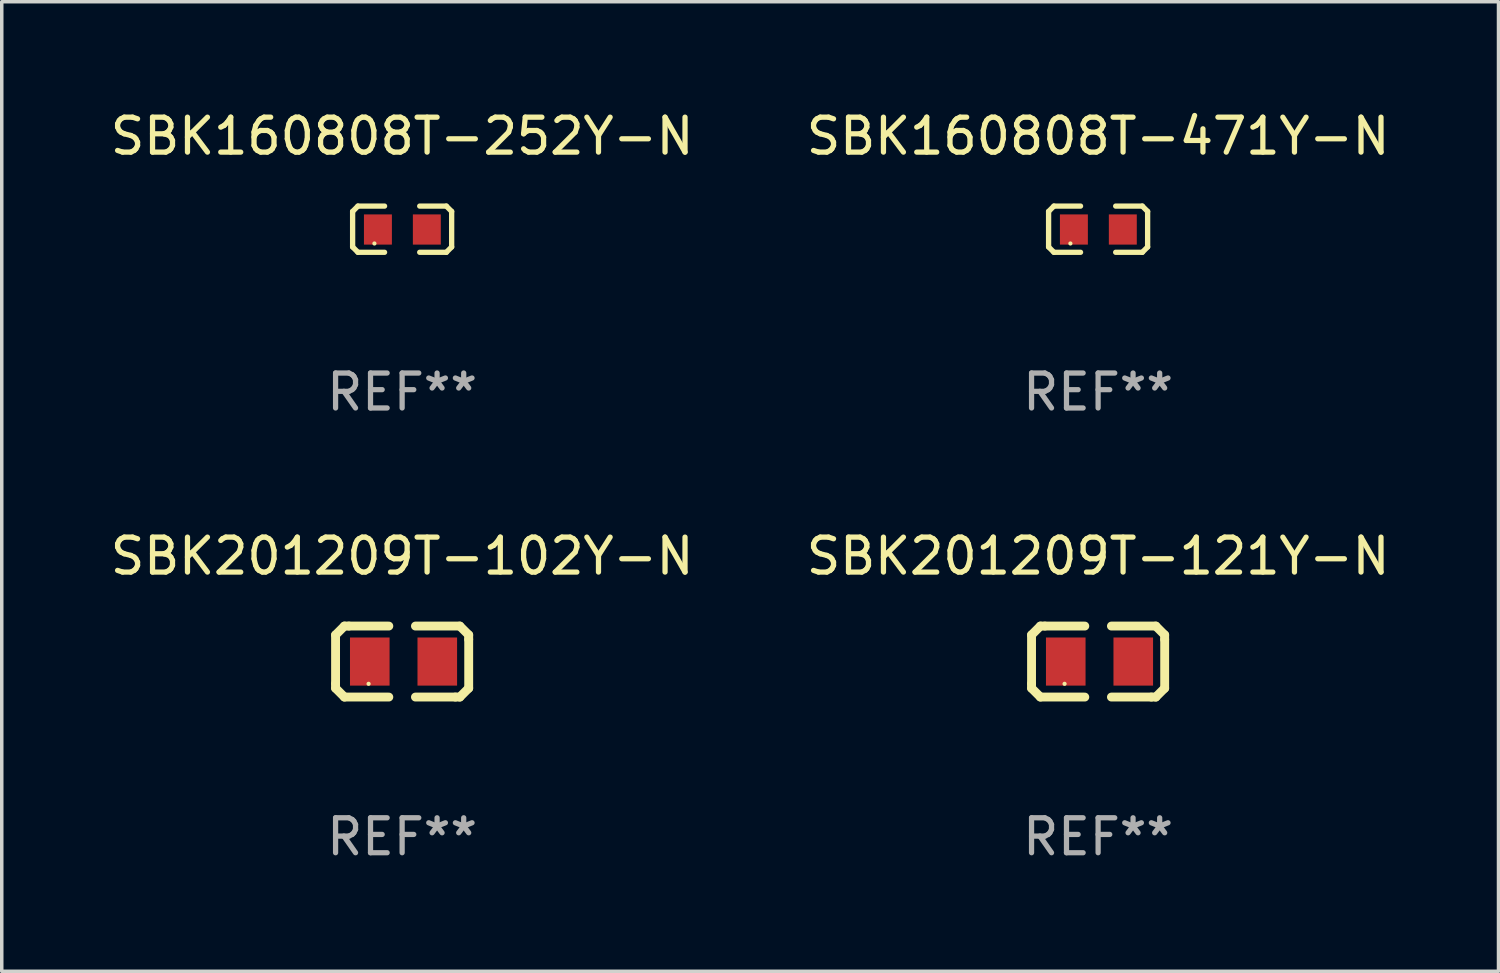
<source format=kicad_pcb>
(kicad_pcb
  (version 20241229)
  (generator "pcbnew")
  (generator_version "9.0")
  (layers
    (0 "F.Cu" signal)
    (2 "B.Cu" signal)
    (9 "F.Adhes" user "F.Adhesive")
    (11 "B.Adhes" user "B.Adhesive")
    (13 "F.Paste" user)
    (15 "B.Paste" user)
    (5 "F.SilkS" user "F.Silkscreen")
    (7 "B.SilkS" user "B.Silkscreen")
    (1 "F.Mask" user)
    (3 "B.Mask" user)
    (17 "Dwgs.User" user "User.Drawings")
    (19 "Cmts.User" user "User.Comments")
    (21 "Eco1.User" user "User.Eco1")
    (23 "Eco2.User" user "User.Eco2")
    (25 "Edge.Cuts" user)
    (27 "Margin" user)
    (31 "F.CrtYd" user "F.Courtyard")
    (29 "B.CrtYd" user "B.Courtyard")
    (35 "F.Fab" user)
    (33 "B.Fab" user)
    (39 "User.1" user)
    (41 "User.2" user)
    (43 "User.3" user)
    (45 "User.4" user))
  (footprint "SBK201209T-102Y-N"
    (layer "F.Cu")
    (at 8.458 15.882)
    (property "Reference" "SBK201209T-102Y-N" (at 0 -3.016 0) (layer "F.SilkS") (effects (font (size 1 1) (thickness 0.15))))
    (attr through_hole)
    (fp_line (start -1.905 -0.762) (end -1.905 0.635) (stroke (width 0.254) (type solid)) (layer "F.SilkS"))
    (fp_line (start -1.905 0.635) (end -1.905 0.762) (stroke (width 0.254) (type solid)) (layer "F.SilkS"))
    (fp_line (start -1.905 0.762) (end -1.651 1.016) (stroke (width 0.254) (type solid)) (layer "F.SilkS"))
    (fp_line (start -1.651 -1.016) (end -1.905 -0.762) (stroke (width 0.254) (type solid)) (layer "F.SilkS"))
    (fp_line (start -1.651 1.016) (end -0.381 1.016) (stroke (width 0.254) (type solid)) (layer "F.SilkS"))
    (fp_line (start -1.524 -1.016) (end -1.651 -1.016) (stroke (width 0.254) (type solid)) (layer "F.SilkS"))
    (fp_line (start -0.381 -1.016) (end -1.524 -1.016) (stroke (width 0.254) (type solid)) (layer "F.SilkS"))
    (fp_line (start 0.381 1.016) (end 1.524 1.016) (stroke (width 0.254) (type solid)) (layer "F.SilkS"))
    (fp_line (start 1.524 1.016) (end 1.651 1.016) (stroke (width 0.254) (type solid)) (layer "F.SilkS"))
    (fp_line (start 1.651 -1.016) (end 0.381 -1.016) (stroke (width 0.254) (type solid)) (layer "F.SilkS"))
    (fp_line (start 1.651 1.016) (end 1.905 0.762) (stroke (width 0.254) (type solid)) (layer "F.SilkS"))
    (fp_line (start 1.905 -0.762) (end 1.651 -1.016) (stroke (width 0.254) (type solid)) (layer "F.SilkS"))
    (fp_line (start 1.905 -0.635) (end 1.905 -0.762) (stroke (width 0.254) (type solid)) (layer "F.SilkS"))
    (fp_line (start 1.905 0.762) (end 1.905 -0.635) (stroke (width 0.254) (type solid)) (layer "F.SilkS"))
    (fp_circle (center -0.96 0.637) (end -0.93 0.637) (stroke (width 0.06) (type solid)) (fill no) (layer "F.SilkS"))
    (fp_text user "REF**" (at 0 5.016 0) (layer "F.Fab") (effects (font (size 1 1) (thickness 0.15))))
    (pad "1" smd rect (at -0.926 -0.000051) (size 1.133 1.377) (layers "F.Cu" "F.Mask" "F.Paste"))
    (pad "2" smd rect (at 1.006 -0.000051) (size 1.133 1.377) (layers "F.Cu" "F.Mask" "F.Paste")))
  (footprint "SBK160808T-471Y-N"
    (layer "F.Cu")
    (at 28.375 3.509)
    (property "Reference" "SBK160808T-471Y-N" (at 0 -2.661 0) (layer "F.SilkS") (effects (font (size 1 1) (thickness 0.15))))
    (attr through_hole)
    (fp_line (start -1.417 -0.508) (end -1.265 -0.661) (stroke (width 0.152) (type solid)) (layer "F.SilkS"))
    (fp_line (start -1.417 0.508) (end -1.417 -0.508) (stroke (width 0.152) (type solid)) (layer "F.SilkS"))
    (fp_line (start -1.265 -0.661) (end -0.503 -0.661) (stroke (width 0.152) (type solid)) (layer "F.SilkS"))
    (fp_line (start -1.265 0.661) (end -1.417 0.508) (stroke (width 0.152) (type solid)) (layer "F.SilkS"))
    (fp_line (start -1.265 0.661) (end -0.503 0.661) (stroke (width 0.152) (type solid)) (layer "F.SilkS"))
    (fp_line (start 1.265 -0.661) (end 0.503 -0.661) (stroke (width 0.152) (type solid)) (layer "F.SilkS"))
    (fp_line (start 1.265 -0.661) (end 1.417 -0.508) (stroke (width 0.152) (type solid)) (layer "F.SilkS"))
    (fp_line (start 1.265 0.661) (end 0.503 0.661) (stroke (width 0.152) (type solid)) (layer "F.SilkS"))
    (fp_line (start 1.417 -0.508) (end 1.417 0.508) (stroke (width 0.152) (type solid)) (layer "F.SilkS"))
    (fp_line (start 1.417 0.508) (end 1.265 0.661) (stroke (width 0.152) (type solid)) (layer "F.SilkS"))
    (fp_circle (center -0.793 0.409) (end -0.763 0.409) (stroke (width 0.06) (type solid)) (fill no) (layer "F.SilkS"))
    (fp_text user "REF**" (at 0 4.661 0) (layer "F.Fab") (effects (font (size 1 1) (thickness 0.15))))
    (pad "1" smd rect (at -0.693 0.009 180) (size 0.8 0.864) (layers "F.Cu" "F.Mask" "F.Paste"))
    (pad "2" smd rect (at 0.707 0.009 180) (size 0.8 0.864) (layers "F.Cu" "F.Mask" "F.Paste")))
  (footprint "SBK201209T-121Y-N"
    (layer "F.Cu")
    (at 28.375 15.882)
    (property "Reference" "SBK201209T-121Y-N" (at 0 -3.016 0) (layer "F.SilkS") (effects (font (size 1 1) (thickness 0.15))))
    (attr through_hole)
    (fp_line (start -1.905 -0.762) (end -1.905 0.635) (stroke (width 0.254) (type solid)) (layer "F.SilkS"))
    (fp_line (start -1.905 0.635) (end -1.905 0.762) (stroke (width 0.254) (type solid)) (layer "F.SilkS"))
    (fp_line (start -1.905 0.762) (end -1.651 1.016) (stroke (width 0.254) (type solid)) (layer "F.SilkS"))
    (fp_line (start -1.651 -1.016) (end -1.905 -0.762) (stroke (width 0.254) (type solid)) (layer "F.SilkS"))
    (fp_line (start -1.651 1.016) (end -0.381 1.016) (stroke (width 0.254) (type solid)) (layer "F.SilkS"))
    (fp_line (start -1.524 -1.016) (end -1.651 -1.016) (stroke (width 0.254) (type solid)) (layer "F.SilkS"))
    (fp_line (start -0.381 -1.016) (end -1.524 -1.016) (stroke (width 0.254) (type solid)) (layer "F.SilkS"))
    (fp_line (start 0.381 1.016) (end 1.524 1.016) (stroke (width 0.254) (type solid)) (layer "F.SilkS"))
    (fp_line (start 1.524 1.016) (end 1.651 1.016) (stroke (width 0.254) (type solid)) (layer "F.SilkS"))
    (fp_line (start 1.651 -1.016) (end 0.381 -1.016) (stroke (width 0.254) (type solid)) (layer "F.SilkS"))
    (fp_line (start 1.651 1.016) (end 1.905 0.762) (stroke (width 0.254) (type solid)) (layer "F.SilkS"))
    (fp_line (start 1.905 -0.762) (end 1.651 -1.016) (stroke (width 0.254) (type solid)) (layer "F.SilkS"))
    (fp_line (start 1.905 -0.635) (end 1.905 -0.762) (stroke (width 0.254) (type solid)) (layer "F.SilkS"))
    (fp_line (start 1.905 0.762) (end 1.905 -0.635) (stroke (width 0.254) (type solid)) (layer "F.SilkS"))
    (fp_circle (center -0.96 0.637) (end -0.93 0.637) (stroke (width 0.06) (type solid)) (fill no) (layer "F.SilkS"))
    (fp_text user "REF**" (at 0 5.016 0) (layer "F.Fab") (effects (font (size 1 1) (thickness 0.15))))
    (pad "1" smd rect (at -0.926 -0.000051) (size 1.133 1.377) (layers "F.Cu" "F.Mask" "F.Paste"))
    (pad "2" smd rect (at 1.006 -0.000051) (size 1.133 1.377) (layers "F.Cu" "F.Mask" "F.Paste")))
  (footprint "SBK160808T-252Y-N"
    (layer "F.Cu")
    (at 8.458 3.509)
    (property "Reference" "SBK160808T-252Y-N" (at 0 -2.661 0) (layer "F.SilkS") (effects (font (size 1 1) (thickness 0.15))))
    (attr through_hole)
    (fp_line (start -1.417 -0.508) (end -1.265 -0.661) (stroke (width 0.152) (type solid)) (layer "F.SilkS"))
    (fp_line (start -1.417 0.508) (end -1.417 -0.508) (stroke (width 0.152) (type solid)) (layer "F.SilkS"))
    (fp_line (start -1.265 -0.661) (end -0.503 -0.661) (stroke (width 0.152) (type solid)) (layer "F.SilkS"))
    (fp_line (start -1.265 0.661) (end -1.417 0.508) (stroke (width 0.152) (type solid)) (layer "F.SilkS"))
    (fp_line (start -1.265 0.661) (end -0.503 0.661) (stroke (width 0.152) (type solid)) (layer "F.SilkS"))
    (fp_line (start 1.265 -0.661) (end 0.503 -0.661) (stroke (width 0.152) (type solid)) (layer "F.SilkS"))
    (fp_line (start 1.265 -0.661) (end 1.417 -0.508) (stroke (width 0.152) (type solid)) (layer "F.SilkS"))
    (fp_line (start 1.265 0.661) (end 0.503 0.661) (stroke (width 0.152) (type solid)) (layer "F.SilkS"))
    (fp_line (start 1.417 -0.508) (end 1.417 0.508) (stroke (width 0.152) (type solid)) (layer "F.SilkS"))
    (fp_line (start 1.417 0.508) (end 1.265 0.661) (stroke (width 0.152) (type solid)) (layer "F.SilkS"))
    (fp_circle (center -0.793 0.409) (end -0.763 0.409) (stroke (width 0.06) (type solid)) (fill no) (layer "F.SilkS"))
    (fp_text user "REF**" (at 0 4.661 0) (layer "F.Fab") (effects (font (size 1 1) (thickness 0.15))))
    (pad "1" smd rect (at -0.693 0.009 180) (size 0.8 0.864) (layers "F.Cu" "F.Mask" "F.Paste"))
    (pad "2" smd rect (at 0.707 0.009 180) (size 0.8 0.864) (layers "F.Cu" "F.Mask" "F.Paste")))
  (gr_rect
    (start -3 -3)
    (end 39.833 24.746)
    (stroke (width 0.1) (type default))
    (fill no)
    (layer "Edge.Cuts")))
</source>
